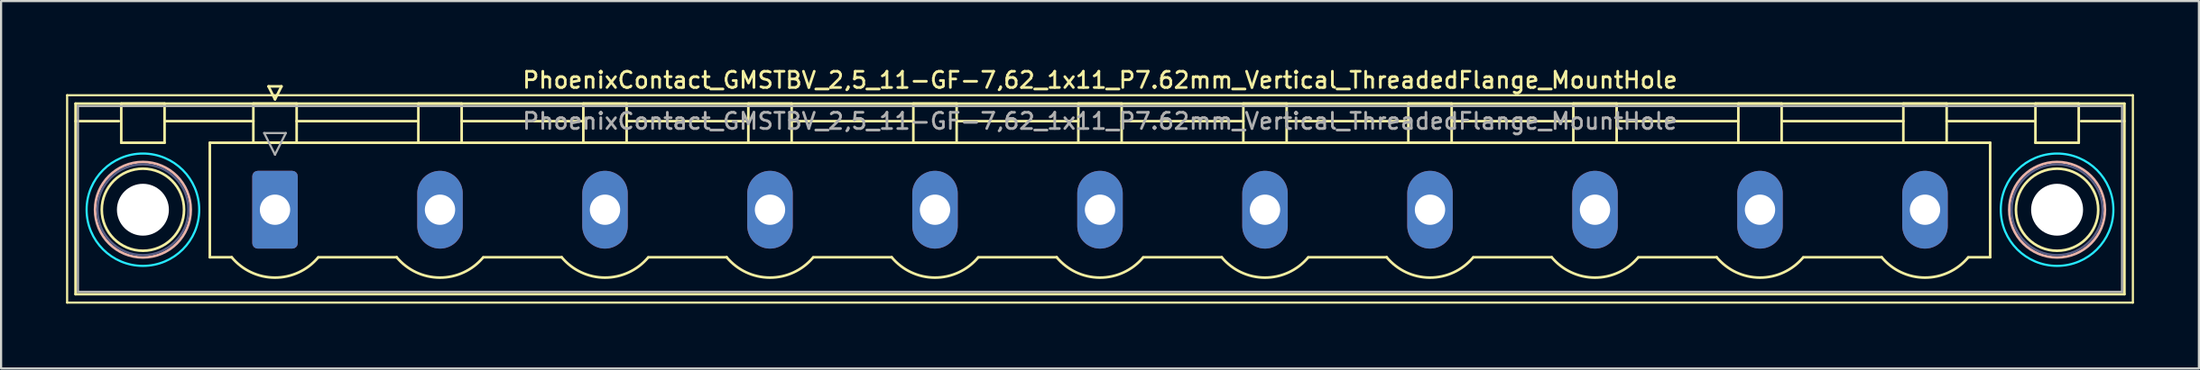
<source format=kicad_pcb>
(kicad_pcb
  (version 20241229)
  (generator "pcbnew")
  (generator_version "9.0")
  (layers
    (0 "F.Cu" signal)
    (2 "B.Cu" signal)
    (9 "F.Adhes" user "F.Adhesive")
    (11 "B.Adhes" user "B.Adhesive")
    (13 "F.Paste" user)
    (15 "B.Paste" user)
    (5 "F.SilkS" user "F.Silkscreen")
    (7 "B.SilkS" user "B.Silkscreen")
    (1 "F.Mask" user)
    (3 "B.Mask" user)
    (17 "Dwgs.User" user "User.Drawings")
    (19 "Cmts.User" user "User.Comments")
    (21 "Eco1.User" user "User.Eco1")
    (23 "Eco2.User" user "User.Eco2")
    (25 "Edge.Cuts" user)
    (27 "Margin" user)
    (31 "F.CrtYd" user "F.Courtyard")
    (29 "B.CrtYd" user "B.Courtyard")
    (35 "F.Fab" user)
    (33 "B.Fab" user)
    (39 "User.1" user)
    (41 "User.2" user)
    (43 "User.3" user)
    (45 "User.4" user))
  (footprint "PhoenixContact_GMSTBV_2,5_11-GF-7,62_1x11_P7.62mm_Vertical_ThreadedFlange_MountHole"
    (layer "F.Cu")
    (at 9.65 6.658)
    (property "Reference" "PhoenixContact_GMSTBV_2,5_11-GF-7,62_1x11_P7.62mm_Vertical_ThreadedFlange_MountHole" (at 38.1 -6 0) (layer "F.SilkS") (effects (font (size 0.75 0.75) (thickness 0.125))))
    (attr through_hole)
    (fp_line (start -9.6 -5.3) (end -9.6 4.3) (stroke (width 0.1) (type solid)) (layer "F.SilkS"))
    (fp_line (start -9.6 4.3) (end 85.8 4.3) (stroke (width 0.1) (type solid)) (layer "F.SilkS"))
    (fp_line (start -9.21 -4.91) (end -9.21 3.91) (stroke (width 0.12) (type solid)) (layer "F.SilkS"))
    (fp_line (start -9.21 -4.1) (end -7.21 -4.1) (stroke (width 0.12) (type solid)) (layer "F.SilkS"))
    (fp_line (start -9.21 3.91) (end 85.41 3.91) (stroke (width 0.12) (type solid)) (layer "F.SilkS"))
    (fp_line (start -7.1 -4.91) (end -5.1 -4.91) (stroke (width 0.12) (type solid)) (layer "F.SilkS"))
    (fp_line (start -7.1 -3.1) (end -7.1 -4.91) (stroke (width 0.12) (type solid)) (layer "F.SilkS"))
    (fp_line (start -5.1 -4.91) (end -5.1 -3.1) (stroke (width 0.12) (type solid)) (layer "F.SilkS"))
    (fp_line (start -5.1 -4.1) (end -1 -4.1) (stroke (width 0.12) (type solid)) (layer "F.SilkS"))
    (fp_line (start -5.1 -3.1) (end -7.1 -3.1) (stroke (width 0.12) (type solid)) (layer "F.SilkS"))
    (fp_line (start -3.01 -3.1) (end 79.21 -3.1) (stroke (width 0.12) (type solid)) (layer "F.SilkS"))
    (fp_line (start -3.01 2.2) (end -3.01 -3.1) (stroke (width 0.12) (type solid)) (layer "F.SilkS"))
    (fp_line (start -2 2.2) (end -3.01 2.2) (stroke (width 0.12) (type solid)) (layer "F.SilkS"))
    (fp_line (start -1 -4.91) (end 1 -4.91) (stroke (width 0.12) (type solid)) (layer "F.SilkS"))
    (fp_line (start -1 -3.1) (end -1 -4.91) (stroke (width 0.12) (type solid)) (layer "F.SilkS"))
    (fp_line (start -0.3 -5.71) (end 0.3 -5.71) (stroke (width 0.12) (type solid)) (layer "F.SilkS"))
    (fp_line (start 0 -5.11) (end -0.3 -5.71) (stroke (width 0.12) (type solid)) (layer "F.SilkS"))
    (fp_line (start 0.3 -5.71) (end 0 -5.11) (stroke (width 0.12) (type solid)) (layer "F.SilkS"))
    (fp_line (start 1 -4.91) (end 1 -3.1) (stroke (width 0.12) (type solid)) (layer "F.SilkS"))
    (fp_line (start 1 -4.1) (end 6.62 -4.1) (stroke (width 0.12) (type solid)) (layer "F.SilkS"))
    (fp_line (start 1 -3.1) (end -1 -3.1) (stroke (width 0.12) (type solid)) (layer "F.SilkS"))
    (fp_line (start 2 2.2) (end 5.62 2.2) (stroke (width 0.12) (type solid)) (layer "F.SilkS"))
    (fp_line (start 6.62 -4.91) (end 8.62 -4.91) (stroke (width 0.12) (type solid)) (layer "F.SilkS"))
    (fp_line (start 6.62 -3.1) (end 6.62 -4.91) (stroke (width 0.12) (type solid)) (layer "F.SilkS"))
    (fp_line (start 8.62 -4.91) (end 8.62 -3.1) (stroke (width 0.12) (type solid)) (layer "F.SilkS"))
    (fp_line (start 8.62 -4.1) (end 14.24 -4.1) (stroke (width 0.12) (type solid)) (layer "F.SilkS"))
    (fp_line (start 8.62 -3.1) (end 6.62 -3.1) (stroke (width 0.12) (type solid)) (layer "F.SilkS"))
    (fp_line (start 9.62 2.2) (end 13.24 2.2) (stroke (width 0.12) (type solid)) (layer "F.SilkS"))
    (fp_line (start 14.24 -4.91) (end 16.24 -4.91) (stroke (width 0.12) (type solid)) (layer "F.SilkS"))
    (fp_line (start 14.24 -3.1) (end 14.24 -4.91) (stroke (width 0.12) (type solid)) (layer "F.SilkS"))
    (fp_line (start 16.24 -4.91) (end 16.24 -3.1) (stroke (width 0.12) (type solid)) (layer "F.SilkS"))
    (fp_line (start 16.24 -4.1) (end 21.86 -4.1) (stroke (width 0.12) (type solid)) (layer "F.SilkS"))
    (fp_line (start 16.24 -3.1) (end 14.24 -3.1) (stroke (width 0.12) (type solid)) (layer "F.SilkS"))
    (fp_line (start 17.24 2.2) (end 20.86 2.2) (stroke (width 0.12) (type solid)) (layer "F.SilkS"))
    (fp_line (start 21.86 -4.91) (end 23.86 -4.91) (stroke (width 0.12) (type solid)) (layer "F.SilkS"))
    (fp_line (start 21.86 -3.1) (end 21.86 -4.91) (stroke (width 0.12) (type solid)) (layer "F.SilkS"))
    (fp_line (start 23.86 -4.91) (end 23.86 -3.1) (stroke (width 0.12) (type solid)) (layer "F.SilkS"))
    (fp_line (start 23.86 -4.1) (end 29.48 -4.1) (stroke (width 0.12) (type solid)) (layer "F.SilkS"))
    (fp_line (start 23.86 -3.1) (end 21.86 -3.1) (stroke (width 0.12) (type solid)) (layer "F.SilkS"))
    (fp_line (start 24.86 2.2) (end 28.48 2.2) (stroke (width 0.12) (type solid)) (layer "F.SilkS"))
    (fp_line (start 29.48 -4.91) (end 31.48 -4.91) (stroke (width 0.12) (type solid)) (layer "F.SilkS"))
    (fp_line (start 29.48 -3.1) (end 29.48 -4.91) (stroke (width 0.12) (type solid)) (layer "F.SilkS"))
    (fp_line (start 31.48 -4.91) (end 31.48 -3.1) (stroke (width 0.12) (type solid)) (layer "F.SilkS"))
    (fp_line (start 31.48 -4.1) (end 37.1 -4.1) (stroke (width 0.12) (type solid)) (layer "F.SilkS"))
    (fp_line (start 31.48 -3.1) (end 29.48 -3.1) (stroke (width 0.12) (type solid)) (layer "F.SilkS"))
    (fp_line (start 32.48 2.2) (end 36.1 2.2) (stroke (width 0.12) (type solid)) (layer "F.SilkS"))
    (fp_line (start 37.1 -4.91) (end 39.1 -4.91) (stroke (width 0.12) (type solid)) (layer "F.SilkS"))
    (fp_line (start 37.1 -3.1) (end 37.1 -4.91) (stroke (width 0.12) (type solid)) (layer "F.SilkS"))
    (fp_line (start 39.1 -4.91) (end 39.1 -3.1) (stroke (width 0.12) (type solid)) (layer "F.SilkS"))
    (fp_line (start 39.1 -4.1) (end 44.72 -4.1) (stroke (width 0.12) (type solid)) (layer "F.SilkS"))
    (fp_line (start 39.1 -3.1) (end 37.1 -3.1) (stroke (width 0.12) (type solid)) (layer "F.SilkS"))
    (fp_line (start 40.1 2.2) (end 43.72 2.2) (stroke (width 0.12) (type solid)) (layer "F.SilkS"))
    (fp_line (start 44.72 -4.91) (end 46.72 -4.91) (stroke (width 0.12) (type solid)) (layer "F.SilkS"))
    (fp_line (start 44.72 -3.1) (end 44.72 -4.91) (stroke (width 0.12) (type solid)) (layer "F.SilkS"))
    (fp_line (start 46.72 -4.91) (end 46.72 -3.1) (stroke (width 0.12) (type solid)) (layer "F.SilkS"))
    (fp_line (start 46.72 -4.1) (end 52.34 -4.1) (stroke (width 0.12) (type solid)) (layer "F.SilkS"))
    (fp_line (start 46.72 -3.1) (end 44.72 -3.1) (stroke (width 0.12) (type solid)) (layer "F.SilkS"))
    (fp_line (start 47.72 2.2) (end 51.34 2.2) (stroke (width 0.12) (type solid)) (layer "F.SilkS"))
    (fp_line (start 52.34 -4.91) (end 54.34 -4.91) (stroke (width 0.12) (type solid)) (layer "F.SilkS"))
    (fp_line (start 52.34 -3.1) (end 52.34 -4.91) (stroke (width 0.12) (type solid)) (layer "F.SilkS"))
    (fp_line (start 54.34 -4.91) (end 54.34 -3.1) (stroke (width 0.12) (type solid)) (layer "F.SilkS"))
    (fp_line (start 54.34 -4.1) (end 59.96 -4.1) (stroke (width 0.12) (type solid)) (layer "F.SilkS"))
    (fp_line (start 54.34 -3.1) (end 52.34 -3.1) (stroke (width 0.12) (type solid)) (layer "F.SilkS"))
    (fp_line (start 55.34 2.2) (end 58.96 2.2) (stroke (width 0.12) (type solid)) (layer "F.SilkS"))
    (fp_line (start 59.96 -4.91) (end 61.96 -4.91) (stroke (width 0.12) (type solid)) (layer "F.SilkS"))
    (fp_line (start 59.96 -3.1) (end 59.96 -4.91) (stroke (width 0.12) (type solid)) (layer "F.SilkS"))
    (fp_line (start 61.96 -4.91) (end 61.96 -3.1) (stroke (width 0.12) (type solid)) (layer "F.SilkS"))
    (fp_line (start 61.96 -4.1) (end 67.58 -4.1) (stroke (width 0.12) (type solid)) (layer "F.SilkS"))
    (fp_line (start 61.96 -3.1) (end 59.96 -3.1) (stroke (width 0.12) (type solid)) (layer "F.SilkS"))
    (fp_line (start 62.96 2.2) (end 66.58 2.2) (stroke (width 0.12) (type solid)) (layer "F.SilkS"))
    (fp_line (start 67.58 -4.91) (end 69.58 -4.91) (stroke (width 0.12) (type solid)) (layer "F.SilkS"))
    (fp_line (start 67.58 -3.1) (end 67.58 -4.91) (stroke (width 0.12) (type solid)) (layer "F.SilkS"))
    (fp_line (start 69.58 -4.91) (end 69.58 -3.1) (stroke (width 0.12) (type solid)) (layer "F.SilkS"))
    (fp_line (start 69.58 -4.1) (end 75.2 -4.1) (stroke (width 0.12) (type solid)) (layer "F.SilkS"))
    (fp_line (start 69.58 -3.1) (end 67.58 -3.1) (stroke (width 0.12) (type solid)) (layer "F.SilkS"))
    (fp_line (start 70.58 2.2) (end 74.2 2.2) (stroke (width 0.12) (type solid)) (layer "F.SilkS"))
    (fp_line (start 75.2 -4.91) (end 77.2 -4.91) (stroke (width 0.12) (type solid)) (layer "F.SilkS"))
    (fp_line (start 75.2 -3.1) (end 75.2 -4.91) (stroke (width 0.12) (type solid)) (layer "F.SilkS"))
    (fp_line (start 77.2 -4.91) (end 77.2 -3.1) (stroke (width 0.12) (type solid)) (layer "F.SilkS"))
    (fp_line (start 77.2 -4.1) (end 81.3 -4.1) (stroke (width 0.12) (type solid)) (layer "F.SilkS"))
    (fp_line (start 77.2 -3.1) (end 75.2 -3.1) (stroke (width 0.12) (type solid)) (layer "F.SilkS"))
    (fp_line (start 79.21 -3.1) (end 79.21 2.2) (stroke (width 0.12) (type solid)) (layer "F.SilkS"))
    (fp_line (start 79.21 2.2) (end 78.2 2.2) (stroke (width 0.12) (type solid)) (layer "F.SilkS"))
    (fp_line (start 81.3 -4.91) (end 83.3 -4.91) (stroke (width 0.12) (type solid)) (layer "F.SilkS"))
    (fp_line (start 81.3 -3.1) (end 81.3 -4.91) (stroke (width 0.12) (type solid)) (layer "F.SilkS"))
    (fp_line (start 83.3 -4.91) (end 83.3 -3.1) (stroke (width 0.12) (type solid)) (layer "F.SilkS"))
    (fp_line (start 83.3 -3.1) (end 81.3 -3.1) (stroke (width 0.12) (type solid)) (layer "F.SilkS"))
    (fp_line (start 85.41 -4.91) (end -9.21 -4.91) (stroke (width 0.12) (type solid)) (layer "F.SilkS"))
    (fp_line (start 85.41 -4.1) (end 83.41 -4.1) (stroke (width 0.12) (type solid)) (layer "F.SilkS"))
    (fp_line (start 85.41 3.91) (end 85.41 -4.91) (stroke (width 0.12) (type solid)) (layer "F.SilkS"))
    (fp_line (start 85.8 -5.3) (end -9.6 -5.3) (stroke (width 0.1) (type solid)) (layer "F.SilkS"))
    (fp_line (start 85.8 4.3) (end 85.8 -5.3) (stroke (width 0.1) (type solid)) (layer "F.SilkS"))
    (fp_arc (start 1.986842 2.215821) (mid -0.010289 3.142758) (end -2 2.2) (stroke (width 0.12) (type solid)) (layer "F.SilkS"))
    (fp_arc (start 9.606842 2.215821) (mid 7.609711 3.142758) (end 5.62 2.2) (stroke (width 0.12) (type solid)) (layer "F.SilkS"))
    (fp_arc (start 17.226842 2.215821) (mid 15.229711 3.142758) (end 13.24 2.2) (stroke (width 0.12) (type solid)) (layer "F.SilkS"))
    (fp_arc (start 24.846842 2.215821) (mid 22.849711 3.142758) (end 20.86 2.2) (stroke (width 0.12) (type solid)) (layer "F.SilkS"))
    (fp_arc (start 32.466842 2.215821) (mid 30.469711 3.142758) (end 28.48 2.2) (stroke (width 0.12) (type solid)) (layer "F.SilkS"))
    (fp_arc (start 40.086842 2.215821) (mid 38.089711 3.142758) (end 36.1 2.2) (stroke (width 0.12) (type solid)) (layer "F.SilkS"))
    (fp_arc (start 47.706842 2.215821) (mid 45.709711 3.142758) (end 43.72 2.2) (stroke (width 0.12) (type solid)) (layer "F.SilkS"))
    (fp_arc (start 55.326842 2.215821) (mid 53.329711 3.142758) (end 51.34 2.2) (stroke (width 0.12) (type solid)) (layer "F.SilkS"))
    (fp_arc (start 62.946842 2.215821) (mid 60.949711 3.142758) (end 58.96 2.2) (stroke (width 0.12) (type solid)) (layer "F.SilkS"))
    (fp_arc (start 70.566842 2.215821) (mid 68.569711 3.142758) (end 66.58 2.2) (stroke (width 0.12) (type solid)) (layer "F.SilkS"))
    (fp_arc (start 78.186842 2.215821) (mid 76.189711 3.142758) (end 74.2 2.2) (stroke (width 0.12) (type solid)) (layer "F.SilkS"))
    (fp_circle (center -6.1 0) (end -4.2 0) (stroke (width 0.12) (type solid)) (fill no) (layer "F.SilkS"))
    (fp_circle (center 82.3 0) (end 84.2 0) (stroke (width 0.12) (type solid)) (fill no) (layer "F.SilkS"))
    (fp_circle (center -6.1 0) (end -3.89 0) (stroke (width 0.12) (type solid)) (fill no) (layer "B.SilkS"))
    (fp_circle (center 82.3 0) (end 84.51 0) (stroke (width 0.12) (type solid)) (fill no) (layer "B.SilkS"))
    (fp_circle (center -6.1 0) (end -3.5 0) (stroke (width 0.1) (type solid)) (fill no) (layer "B.CrtYd"))
    (fp_circle (center 82.3 0) (end 84.9 0) (stroke (width 0.1) (type solid)) (fill no) (layer "B.CrtYd"))
    (fp_circle (center -6.1 0) (end -4 0) (stroke (width 0.1) (type solid)) (fill no) (layer "B.Fab"))
    (fp_circle (center 82.3 0) (end 84.4 0) (stroke (width 0.1) (type solid)) (fill no) (layer "B.Fab"))
    (fp_line (start -9.1 -4.8) (end -9.1 3.8) (stroke (width 0.1) (type solid)) (layer "F.Fab"))
    (fp_line (start -9.1 3.8) (end 85.3 3.8) (stroke (width 0.1) (type solid)) (layer "F.Fab"))
    (fp_line (start -0.5 -3.55) (end 0.5 -3.55) (stroke (width 0.1) (type solid)) (layer "F.Fab"))
    (fp_line (start 0 -2.55) (end -0.5 -3.55) (stroke (width 0.1) (type solid)) (layer "F.Fab"))
    (fp_line (start 0.5 -3.55) (end 0 -2.55) (stroke (width 0.1) (type solid)) (layer "F.Fab"))
    (fp_line (start 85.3 -4.8) (end -9.1 -4.8) (stroke (width 0.1) (type solid)) (layer "F.Fab"))
    (fp_line (start 85.3 3.8) (end 85.3 -4.8) (stroke (width 0.1) (type solid)) (layer "F.Fab"))
    (fp_text user "${REFERENCE}" (at 38.1 -4.1 0) (layer "F.Fab") (effects (font (size 0.75 0.75) (thickness 0.125))))
    (pad "" np_thru_hole circle (at -6.1 0) (size 2.4 2.4) (drill 2.4) (layers "*.Cu" "*.Mask"))
    (pad "" np_thru_hole circle (at 82.3 0) (size 2.4 2.4) (drill 2.4) (layers "*.Cu" "*.Mask"))
    (pad "1" thru_hole roundrect (at 0 0) (size 2.1 3.6) (drill 1.4) (layers "*.Cu" "*.Mask") (roundrect_rratio 0.119))
    (pad "2" thru_hole oval (at 7.62 0) (size 2.1 3.6) (drill 1.4) (layers "*.Cu" "*.Mask"))
    (pad "3" thru_hole oval (at 15.24 0) (size 2.1 3.6) (drill 1.4) (layers "*.Cu" "*.Mask"))
    (pad "4" thru_hole oval (at 22.86 0) (size 2.1 3.6) (drill 1.4) (layers "*.Cu" "*.Mask"))
    (pad "5" thru_hole oval (at 30.48 0) (size 2.1 3.6) (drill 1.4) (layers "*.Cu" "*.Mask"))
    (pad "6" thru_hole oval (at 38.1 0) (size 2.1 3.6) (drill 1.4) (layers "*.Cu" "*.Mask"))
    (pad "7" thru_hole oval (at 45.72 0) (size 2.1 3.6) (drill 1.4) (layers "*.Cu" "*.Mask"))
    (pad "8" thru_hole oval (at 53.34 0) (size 2.1 3.6) (drill 1.4) (layers "*.Cu" "*.Mask"))
    (pad "9" thru_hole oval (at 60.96 0) (size 2.1 3.6) (drill 1.4) (layers "*.Cu" "*.Mask"))
    (pad "10" thru_hole oval (at 68.58 0) (size 2.1 3.6) (drill 1.4) (layers "*.Cu" "*.Mask"))
    (pad "11" thru_hole oval (at 76.2 0) (size 2.1 3.6) (drill 1.4) (layers "*.Cu" "*.Mask")))
  (gr_rect
    (start -3 -3)
    (end 98.5 14.008)
    (stroke (width 0.1) (type default))
    (fill no)
    (layer "Edge.Cuts")))
</source>
